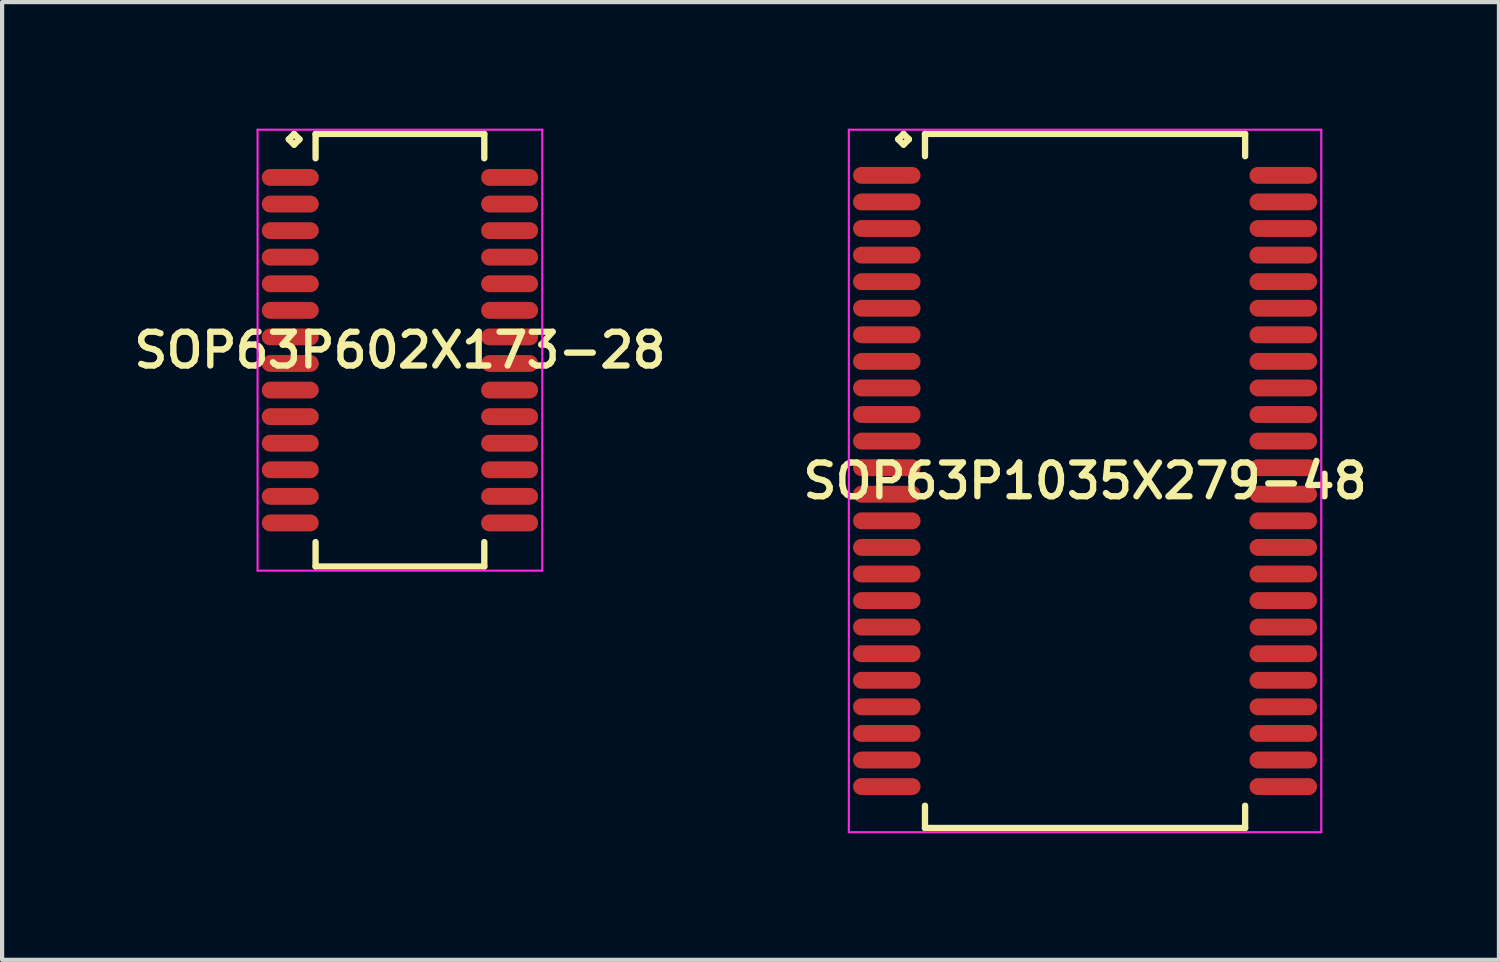
<source format=kicad_pcb>
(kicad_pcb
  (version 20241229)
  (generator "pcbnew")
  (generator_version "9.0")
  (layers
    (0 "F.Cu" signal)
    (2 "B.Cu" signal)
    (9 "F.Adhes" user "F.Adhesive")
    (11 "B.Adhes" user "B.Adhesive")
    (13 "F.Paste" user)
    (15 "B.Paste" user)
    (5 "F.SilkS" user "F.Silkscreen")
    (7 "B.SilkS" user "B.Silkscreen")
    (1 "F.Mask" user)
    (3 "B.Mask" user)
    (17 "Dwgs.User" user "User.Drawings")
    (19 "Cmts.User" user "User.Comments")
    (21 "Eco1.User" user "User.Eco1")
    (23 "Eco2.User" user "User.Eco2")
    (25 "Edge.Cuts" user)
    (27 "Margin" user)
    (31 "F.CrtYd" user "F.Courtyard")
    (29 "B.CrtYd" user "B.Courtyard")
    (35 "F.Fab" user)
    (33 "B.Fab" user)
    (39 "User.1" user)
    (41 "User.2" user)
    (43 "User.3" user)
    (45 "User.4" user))
  (footprint "SOP63P1035X279-48"
    (layer "F.Cu")
    (at 22.673 8.352)
    (property "Reference" "SOP63P1035X279-48" (at 0 0 0) (layer "F.SilkS") (effects (font (size 0.8 0.8) (thickness 0.15))))
    (attr smd)
    (fp_line (start -4.43 -8.1) (end -4.303 -8.227) (stroke (width 0.15) (type solid)) (layer "F.SilkS"))
    (fp_line (start -4.303 -8.227) (end -4.176 -8.1) (stroke (width 0.15) (type solid)) (layer "F.SilkS"))
    (fp_line (start -4.303 -7.973) (end -4.43 -8.1) (stroke (width 0.15) (type solid)) (layer "F.SilkS"))
    (fp_line (start -4.176 -8.1) (end -4.303 -7.973) (stroke (width 0.15) (type solid)) (layer "F.SilkS"))
    (fp_line (start -3.795 -8.227) (end 3.795 -8.227) (stroke (width 0.15) (type solid)) (layer "F.SilkS"))
    (fp_line (start -3.795 -7.699) (end -3.795 -8.227) (stroke (width 0.15) (type solid)) (layer "F.SilkS"))
    (fp_line (start -3.795 7.699) (end -3.795 8.227) (stroke (width 0.15) (type solid)) (layer "F.SilkS"))
    (fp_line (start -3.795 8.227) (end 3.795 8.227) (stroke (width 0.15) (type solid)) (layer "F.SilkS"))
    (fp_line (start 3.795 -8.227) (end 3.795 -7.699) (stroke (width 0.15) (type solid)) (layer "F.SilkS"))
    (fp_line (start 3.795 8.227) (end 3.795 7.699) (stroke (width 0.15) (type solid)) (layer "F.SilkS"))
    (fp_line (start -5.6 -8.327) (end 5.6 -8.327) (stroke (width 0.05) (type solid)) (layer "F.CrtYd"))
    (fp_line (start -5.6 8.327) (end -5.6 -8.327) (stroke (width 0.05) (type solid)) (layer "F.CrtYd"))
    (fp_line (start 5.6 -8.327) (end 5.6 8.327) (stroke (width 0.05) (type solid)) (layer "F.CrtYd"))
    (fp_line (start 5.6 8.327) (end -5.6 8.327) (stroke (width 0.05) (type solid)) (layer "F.CrtYd"))
    (pad "1" smd oval (at -4.7 -7.245) (size 1.6 0.4) (layers "F.Cu" "F.Mask" "F.Paste"))
    (pad "2" smd oval (at -4.7 -6.615) (size 1.6 0.4) (layers "F.Cu" "F.Mask" "F.Paste"))
    (pad "3" smd oval (at -4.7 -5.985) (size 1.6 0.4) (layers "F.Cu" "F.Mask" "F.Paste"))
    (pad "4" smd oval (at -4.7 -5.355) (size 1.6 0.4) (layers "F.Cu" "F.Mask" "F.Paste"))
    (pad "5" smd oval (at -4.7 -4.725) (size 1.6 0.4) (layers "F.Cu" "F.Mask" "F.Paste"))
    (pad "6" smd oval (at -4.7 -4.095) (size 1.6 0.4) (layers "F.Cu" "F.Mask" "F.Paste"))
    (pad "7" smd oval (at -4.7 -3.465) (size 1.6 0.4) (layers "F.Cu" "F.Mask" "F.Paste"))
    (pad "8" smd oval (at -4.7 -2.835) (size 1.6 0.4) (layers "F.Cu" "F.Mask" "F.Paste"))
    (pad "9" smd oval (at -4.7 -2.205) (size 1.6 0.4) (layers "F.Cu" "F.Mask" "F.Paste"))
    (pad "10" smd oval (at -4.7 -1.575) (size 1.6 0.4) (layers "F.Cu" "F.Mask" "F.Paste"))
    (pad "11" smd oval (at -4.7 -0.945) (size 1.6 0.4) (layers "F.Cu" "F.Mask" "F.Paste"))
    (pad "12" smd oval (at -4.7 -0.315) (size 1.6 0.4) (layers "F.Cu" "F.Mask" "F.Paste"))
    (pad "13" smd oval (at -4.7 0.315) (size 1.6 0.4) (layers "F.Cu" "F.Mask" "F.Paste"))
    (pad "14" smd oval (at -4.7 0.945) (size 1.6 0.4) (layers "F.Cu" "F.Mask" "F.Paste"))
    (pad "15" smd oval (at -4.7 1.575) (size 1.6 0.4) (layers "F.Cu" "F.Mask" "F.Paste"))
    (pad "16" smd oval (at -4.7 2.205) (size 1.6 0.4) (layers "F.Cu" "F.Mask" "F.Paste"))
    (pad "17" smd oval (at -4.7 2.835) (size 1.6 0.4) (layers "F.Cu" "F.Mask" "F.Paste"))
    (pad "18" smd oval (at -4.7 3.465) (size 1.6 0.4) (layers "F.Cu" "F.Mask" "F.Paste"))
    (pad "19" smd oval (at -4.7 4.095) (size 1.6 0.4) (layers "F.Cu" "F.Mask" "F.Paste"))
    (pad "20" smd oval (at -4.7 4.725) (size 1.6 0.4) (layers "F.Cu" "F.Mask" "F.Paste"))
    (pad "21" smd oval (at -4.7 5.355) (size 1.6 0.4) (layers "F.Cu" "F.Mask" "F.Paste"))
    (pad "22" smd oval (at -4.7 5.985) (size 1.6 0.4) (layers "F.Cu" "F.Mask" "F.Paste"))
    (pad "23" smd oval (at -4.7 6.615) (size 1.6 0.4) (layers "F.Cu" "F.Mask" "F.Paste"))
    (pad "24" smd oval (at -4.7 7.245) (size 1.6 0.4) (layers "F.Cu" "F.Mask" "F.Paste"))
    (pad "25" smd oval (at 4.7 7.245) (size 1.6 0.4) (layers "F.Cu" "F.Mask" "F.Paste"))
    (pad "26" smd oval (at 4.7 6.615) (size 1.6 0.4) (layers "F.Cu" "F.Mask" "F.Paste"))
    (pad "27" smd oval (at 4.7 5.985) (size 1.6 0.4) (layers "F.Cu" "F.Mask" "F.Paste"))
    (pad "28" smd oval (at 4.7 5.355) (size 1.6 0.4) (layers "F.Cu" "F.Mask" "F.Paste"))
    (pad "29" smd oval (at 4.7 4.725) (size 1.6 0.4) (layers "F.Cu" "F.Mask" "F.Paste"))
    (pad "30" smd oval (at 4.7 4.095) (size 1.6 0.4) (layers "F.Cu" "F.Mask" "F.Paste"))
    (pad "31" smd oval (at 4.7 3.465) (size 1.6 0.4) (layers "F.Cu" "F.Mask" "F.Paste"))
    (pad "32" smd oval (at 4.7 2.835) (size 1.6 0.4) (layers "F.Cu" "F.Mask" "F.Paste"))
    (pad "33" smd oval (at 4.7 2.205) (size 1.6 0.4) (layers "F.Cu" "F.Mask" "F.Paste"))
    (pad "34" smd oval (at 4.7 1.575) (size 1.6 0.4) (layers "F.Cu" "F.Mask" "F.Paste"))
    (pad "35" smd oval (at 4.7 0.945) (size 1.6 0.4) (layers "F.Cu" "F.Mask" "F.Paste"))
    (pad "36" smd oval (at 4.7 0.315) (size 1.6 0.4) (layers "F.Cu" "F.Mask" "F.Paste"))
    (pad "37" smd oval (at 4.7 -0.315) (size 1.6 0.4) (layers "F.Cu" "F.Mask" "F.Paste"))
    (pad "38" smd oval (at 4.7 -0.945) (size 1.6 0.4) (layers "F.Cu" "F.Mask" "F.Paste"))
    (pad "39" smd oval (at 4.7 -1.575) (size 1.6 0.4) (layers "F.Cu" "F.Mask" "F.Paste"))
    (pad "40" smd oval (at 4.7 -2.205) (size 1.6 0.4) (layers "F.Cu" "F.Mask" "F.Paste"))
    (pad "41" smd oval (at 4.7 -2.835) (size 1.6 0.4) (layers "F.Cu" "F.Mask" "F.Paste"))
    (pad "42" smd oval (at 4.7 -3.465) (size 1.6 0.4) (layers "F.Cu" "F.Mask" "F.Paste"))
    (pad "43" smd oval (at 4.7 -4.095) (size 1.6 0.4) (layers "F.Cu" "F.Mask" "F.Paste"))
    (pad "44" smd oval (at 4.7 -4.725) (size 1.6 0.4) (layers "F.Cu" "F.Mask" "F.Paste"))
    (pad "45" smd oval (at 4.7 -5.355) (size 1.6 0.4) (layers "F.Cu" "F.Mask" "F.Paste"))
    (pad "46" smd oval (at 4.7 -5.985) (size 1.6 0.4) (layers "F.Cu" "F.Mask" "F.Paste"))
    (pad "47" smd oval (at 4.7 -6.615) (size 1.6 0.4) (layers "F.Cu" "F.Mask" "F.Paste"))
    (pad "48" smd oval (at 4.7 -7.245) (size 1.6 0.4) (layers "F.Cu" "F.Mask" "F.Paste")))
  (footprint "SOP63P602X173-28"
    (layer "F.Cu")
    (at 6.431 5.252)
    (property "Reference" "SOP63P602X173-28" (at 0 0 0) (layer "F.SilkS") (effects (font (size 0.8 0.8) (thickness 0.15))))
    (attr smd)
    (fp_line (start -2.635 -5) (end -2.508 -5.127) (stroke (width 0.15) (type solid)) (layer "F.SilkS"))
    (fp_line (start -2.508 -5.127) (end -2.381 -5) (stroke (width 0.15) (type solid)) (layer "F.SilkS"))
    (fp_line (start -2.508 -4.873) (end -2.635 -5) (stroke (width 0.15) (type solid)) (layer "F.SilkS"))
    (fp_line (start -2.381 -5) (end -2.508 -4.873) (stroke (width 0.15) (type solid)) (layer "F.SilkS"))
    (fp_line (start -2 -5.127) (end 2 -5.127) (stroke (width 0.15) (type solid)) (layer "F.SilkS"))
    (fp_line (start -2 -4.549) (end -2 -5.127) (stroke (width 0.15) (type solid)) (layer "F.SilkS"))
    (fp_line (start -2 4.549) (end -2 5.127) (stroke (width 0.15) (type solid)) (layer "F.SilkS"))
    (fp_line (start -2 5.127) (end 2 5.127) (stroke (width 0.15) (type solid)) (layer "F.SilkS"))
    (fp_line (start 2 -5.127) (end 2 -4.549) (stroke (width 0.15) (type solid)) (layer "F.SilkS"))
    (fp_line (start 2 5.127) (end 2 4.549) (stroke (width 0.15) (type solid)) (layer "F.SilkS"))
    (fp_line (start -3.375 -5.227) (end 3.375 -5.227) (stroke (width 0.05) (type solid)) (layer "F.CrtYd"))
    (fp_line (start -3.375 5.227) (end -3.375 -5.227) (stroke (width 0.05) (type solid)) (layer "F.CrtYd"))
    (fp_line (start 3.375 -5.227) (end 3.375 5.227) (stroke (width 0.05) (type solid)) (layer "F.CrtYd"))
    (fp_line (start 3.375 5.227) (end -3.375 5.227) (stroke (width 0.05) (type solid)) (layer "F.CrtYd"))
    (pad "1" smd oval (at -2.6 -4.095) (size 1.35 0.4) (layers "F.Cu" "F.Mask" "F.Paste"))
    (pad "2" smd oval (at -2.6 -3.465) (size 1.35 0.4) (layers "F.Cu" "F.Mask" "F.Paste"))
    (pad "3" smd oval (at -2.6 -2.835) (size 1.35 0.4) (layers "F.Cu" "F.Mask" "F.Paste"))
    (pad "4" smd oval (at -2.6 -2.205) (size 1.35 0.4) (layers "F.Cu" "F.Mask" "F.Paste"))
    (pad "5" smd oval (at -2.6 -1.575) (size 1.35 0.4) (layers "F.Cu" "F.Mask" "F.Paste"))
    (pad "6" smd oval (at -2.6 -0.945) (size 1.35 0.4) (layers "F.Cu" "F.Mask" "F.Paste"))
    (pad "7" smd oval (at -2.6 -0.315) (size 1.35 0.4) (layers "F.Cu" "F.Mask" "F.Paste"))
    (pad "8" smd oval (at -2.6 0.315) (size 1.35 0.4) (layers "F.Cu" "F.Mask" "F.Paste"))
    (pad "9" smd oval (at -2.6 0.945) (size 1.35 0.4) (layers "F.Cu" "F.Mask" "F.Paste"))
    (pad "10" smd oval (at -2.6 1.575) (size 1.35 0.4) (layers "F.Cu" "F.Mask" "F.Paste"))
    (pad "11" smd oval (at -2.6 2.205) (size 1.35 0.4) (layers "F.Cu" "F.Mask" "F.Paste"))
    (pad "12" smd oval (at -2.6 2.835) (size 1.35 0.4) (layers "F.Cu" "F.Mask" "F.Paste"))
    (pad "13" smd oval (at -2.6 3.465) (size 1.35 0.4) (layers "F.Cu" "F.Mask" "F.Paste"))
    (pad "14" smd oval (at -2.6 4.095) (size 1.35 0.4) (layers "F.Cu" "F.Mask" "F.Paste"))
    (pad "15" smd oval (at 2.6 4.095) (size 1.35 0.4) (layers "F.Cu" "F.Mask" "F.Paste"))
    (pad "16" smd oval (at 2.6 3.465) (size 1.35 0.4) (layers "F.Cu" "F.Mask" "F.Paste"))
    (pad "17" smd oval (at 2.6 2.835) (size 1.35 0.4) (layers "F.Cu" "F.Mask" "F.Paste"))
    (pad "18" smd oval (at 2.6 2.205) (size 1.35 0.4) (layers "F.Cu" "F.Mask" "F.Paste"))
    (pad "19" smd oval (at 2.6 1.575) (size 1.35 0.4) (layers "F.Cu" "F.Mask" "F.Paste"))
    (pad "20" smd oval (at 2.6 0.945) (size 1.35 0.4) (layers "F.Cu" "F.Mask" "F.Paste"))
    (pad "21" smd oval (at 2.6 0.315) (size 1.35 0.4) (layers "F.Cu" "F.Mask" "F.Paste"))
    (pad "22" smd oval (at 2.6 -0.315) (size 1.35 0.4) (layers "F.Cu" "F.Mask" "F.Paste"))
    (pad "23" smd oval (at 2.6 -0.945) (size 1.35 0.4) (layers "F.Cu" "F.Mask" "F.Paste"))
    (pad "24" smd oval (at 2.6 -1.575) (size 1.35 0.4) (layers "F.Cu" "F.Mask" "F.Paste"))
    (pad "25" smd oval (at 2.6 -2.205) (size 1.35 0.4) (layers "F.Cu" "F.Mask" "F.Paste"))
    (pad "26" smd oval (at 2.6 -2.835) (size 1.35 0.4) (layers "F.Cu" "F.Mask" "F.Paste"))
    (pad "27" smd oval (at 2.6 -3.465) (size 1.35 0.4) (layers "F.Cu" "F.Mask" "F.Paste"))
    (pad "28" smd oval (at 2.6 -4.095) (size 1.35 0.4) (layers "F.Cu" "F.Mask" "F.Paste")))
  (gr_rect
    (start -3 -3)
    (end 32.485 19.704)
    (stroke (width 0.1) (type default))
    (fill no)
    (layer "Edge.Cuts")))
</source>
